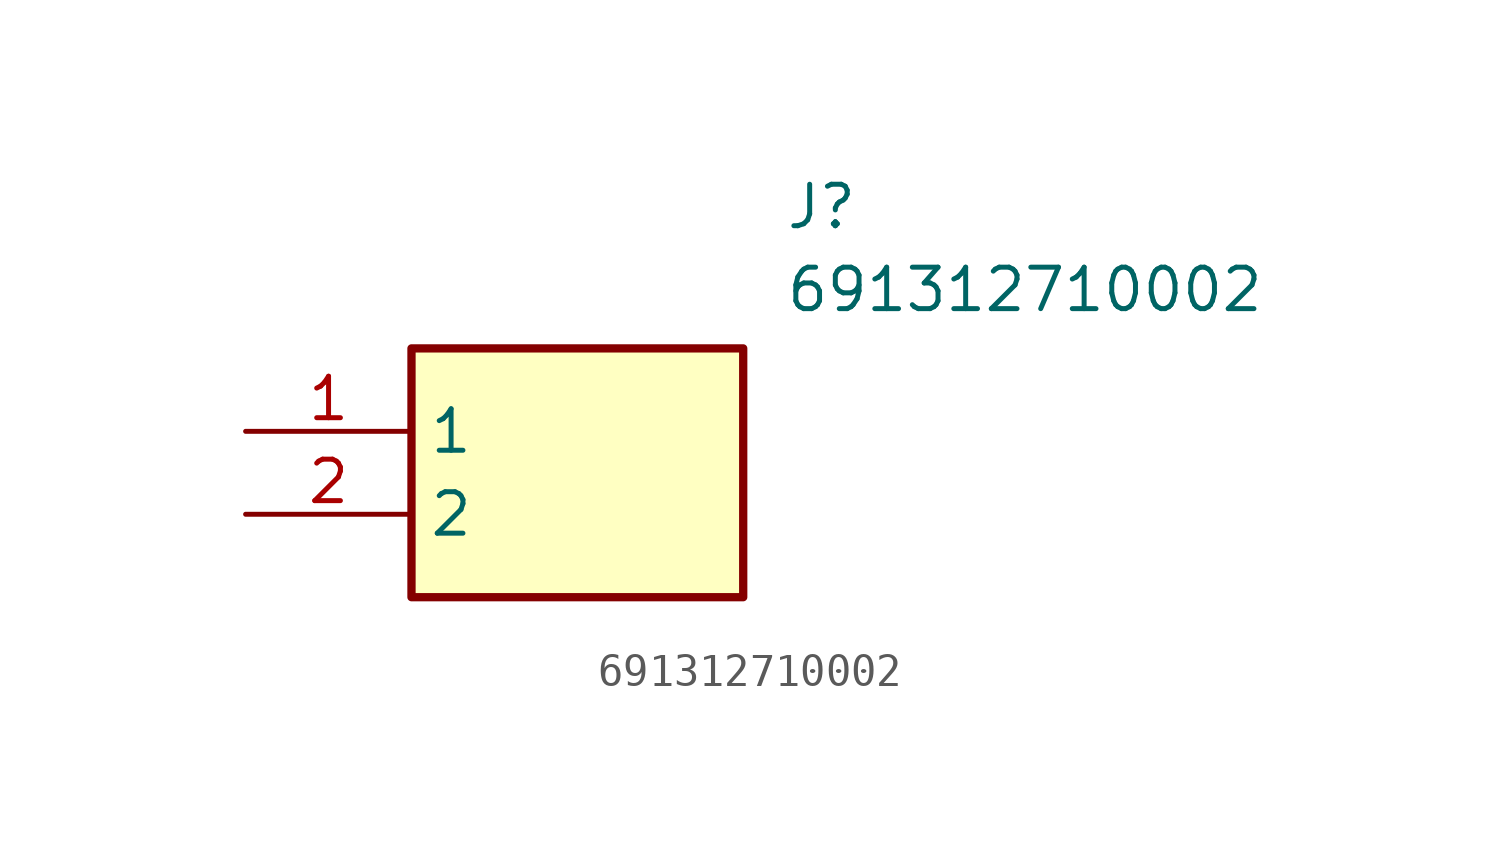
<source format=kicad_sym>
(kicad_symbol_lib
  (version 20211014)
  (generator SamacSys_ECAD_Model)
  (symbol "691312710002"
    (property "Reference" "J"
      (at 16.51 7.62 0)
      (effects (font (size 1.27 1.27)) (justify left top)))
    (property "Value" "691312710002"
      (at 16.51 5.08 0)
      (effects (font (size 1.27 1.27)) (justify left top)))
    (rectangle
      (start 5.08 2.54)
      (end 15.24 -5.08)
      (stroke (width 0.254) (type default))
      (fill (type background)))
    (pin passive line
      (at 0 0 0)
      (length 5.08)
      (name "1" (effects (font (size 1.27 1.27))))
      (number "1" (effects (font (size 1.27 1.27)))))
    (pin passive line
      (at 0 -2.54 0)
      (length 5.08)
      (name "2" (effects (font (size 1.27 1.27))))
      (number "2" (effects (font (size 1.27 1.27)))))))
</source>
